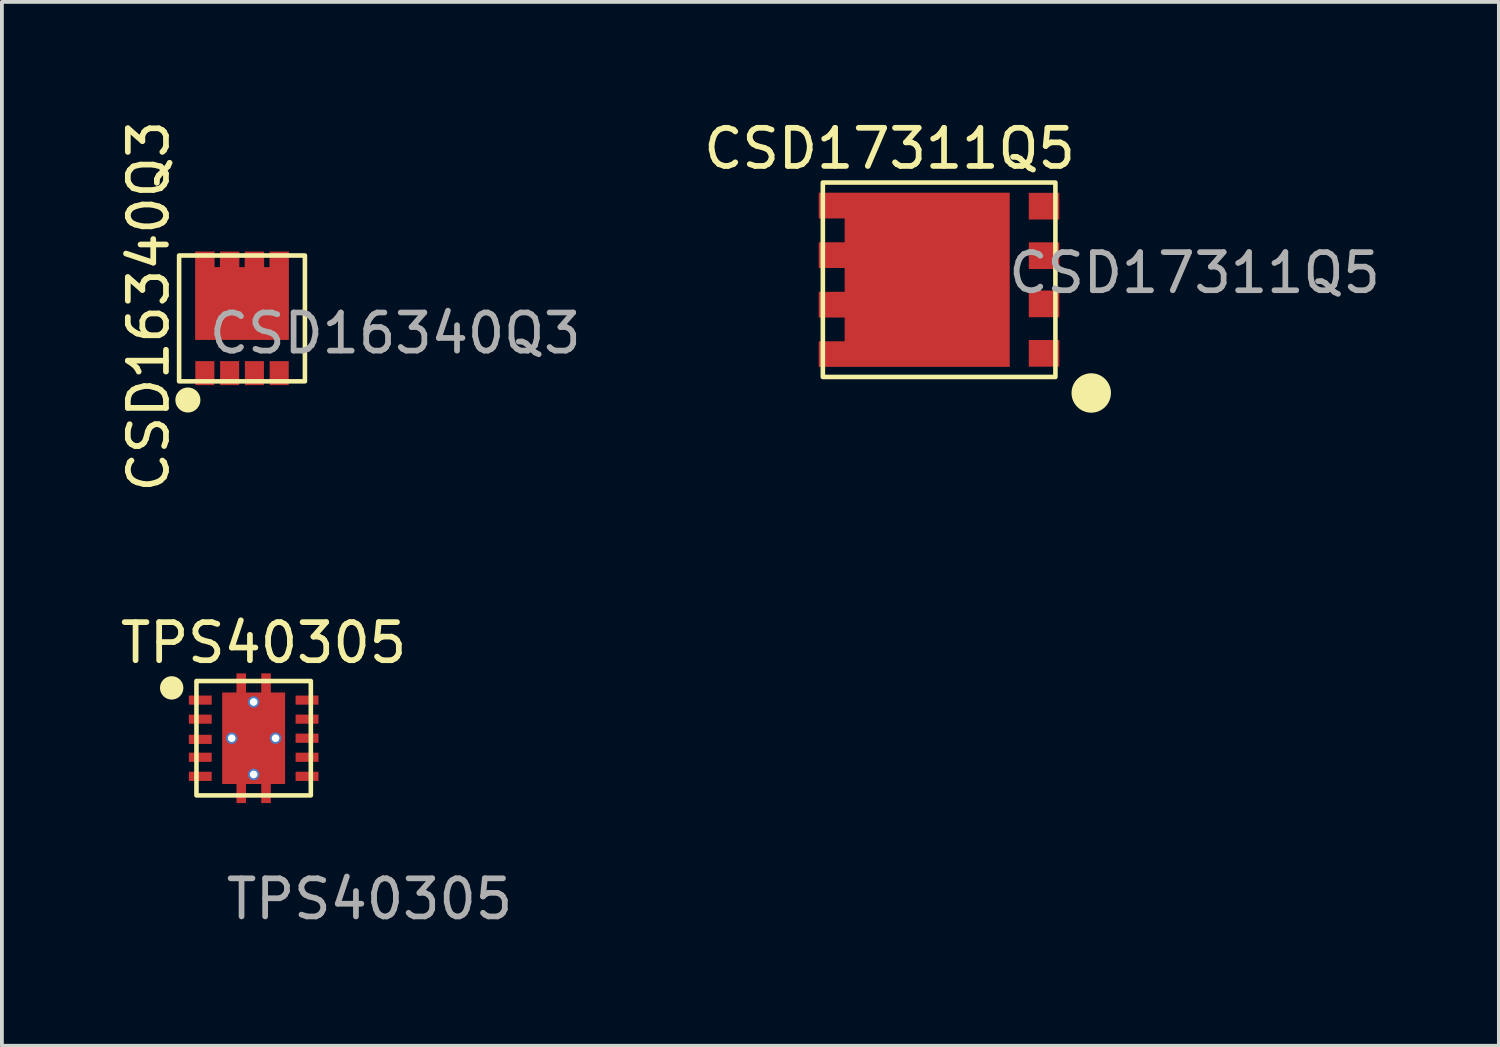
<source format=kicad_pcb>
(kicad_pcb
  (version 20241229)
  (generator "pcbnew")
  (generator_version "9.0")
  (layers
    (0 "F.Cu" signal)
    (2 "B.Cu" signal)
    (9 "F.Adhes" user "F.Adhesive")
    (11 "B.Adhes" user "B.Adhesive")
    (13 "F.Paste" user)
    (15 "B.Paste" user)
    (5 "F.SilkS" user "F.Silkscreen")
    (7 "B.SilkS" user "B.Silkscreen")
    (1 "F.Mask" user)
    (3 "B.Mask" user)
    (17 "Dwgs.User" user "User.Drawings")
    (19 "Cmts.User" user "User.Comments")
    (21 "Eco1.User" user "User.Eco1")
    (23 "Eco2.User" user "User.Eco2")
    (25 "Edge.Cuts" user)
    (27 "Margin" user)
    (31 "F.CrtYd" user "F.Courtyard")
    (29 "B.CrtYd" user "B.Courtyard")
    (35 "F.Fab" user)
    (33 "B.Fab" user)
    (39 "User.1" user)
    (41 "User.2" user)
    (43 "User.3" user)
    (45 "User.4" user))
  (footprint "TPS40305"
    (layer "F.Cu")
    (at 3.603 16.313)
    (property "Reference" "TPS40305" (at 0.26 -2.5 0) (unlocked yes) (layer "F.SilkS") (effects (font (size 1 1) (thickness 0.15))))
    (attr smd)
    (fp_rect (start -1.5 -1.5) (end 1.5 1.5) (stroke (width 0.12) (type solid)) (fill no) (layer "F.SilkS"))
    (fp_circle (center -2.15 -1.32) (end -1.903 -1.32) (stroke (width 0.12) (type solid)) (fill yes) (layer "F.SilkS"))
    (fp_poly (pts (xy -0.2 -1.33) (xy -0.45 -1.33) (xy -0.45 -1.7) (xy -0.2 -1.7)) (stroke (width 0.001) (type solid)) (fill yes) (layer "F.Paste"))
    (fp_poly (pts (xy -0.2 1.7) (xy -0.45 1.7) (xy -0.45 1.33) (xy -0.2 1.33)) (stroke (width 0.001) (type solid)) (fill yes) (layer "F.Paste"))
    (fp_poly (pts (xy 0.45 -1.33) (xy 0.2 -1.33) (xy 0.2 -1.7) (xy 0.45 -1.7)) (stroke (width 0.001) (type solid)) (fill yes) (layer "F.Paste"))
    (fp_poly (pts (xy 0.45 1.7) (xy 0.2 1.7) (xy 0.2 1.33) (xy 0.45 1.33)) (stroke (width 0.001) (type solid)) (fill yes) (layer "F.Paste"))
    (fp_poly (pts (xy 0.71 -0.1) (xy -0.74 -0.1) (xy -0.74 -1.11) (xy 0.71 -1.11)) (stroke (width 0.001) (type solid)) (fill yes) (layer "F.Paste"))
    (fp_poly (pts (xy 0.71 1.12) (xy -0.74 1.12) (xy -0.74 0.11) (xy 0.71 0.11)) (stroke (width 0.001) (type solid)) (fill yes) (layer "F.Paste"))
    (fp_text user "${REFERENCE}" (at 3.04 4.22 0) (unlocked yes) (layer "F.Fab") (effects (font (size 1 1) (thickness 0.15))))
    (pad "1" smd roundrect (at -1.4 -1) (size 0.6 0.24) (layers "F.Cu" "F.Mask" "F.Paste") (roundrect_rratio 0.033))
    (pad "2" smd roundrect (at -1.4 -0.5) (size 0.6 0.24) (layers "F.Cu" "F.Mask" "F.Paste") (roundrect_rratio 0.033))
    (pad "3" smd roundrect (at -1.4 0.03) (size 0.6 0.24) (layers "F.Cu" "F.Mask" "F.Paste") (roundrect_rratio 0.033))
    (pad "4" smd roundrect (at -1.4 0.5) (size 0.6 0.24) (layers "F.Cu" "F.Mask" "F.Paste") (roundrect_rratio 0.033))
    (pad "5" smd roundrect (at -1.4 1) (size 0.6 0.24) (layers "F.Cu" "F.Mask" "F.Paste") (roundrect_rratio 0.033))
    (pad "6" smd roundrect (at 1.4 1) (size 0.6 0.24) (layers "F.Cu" "F.Mask" "F.Paste") (roundrect_rratio 0.033))
    (pad "7" smd roundrect (at 1.4 0.5) (size 0.6 0.24) (layers "F.Cu" "F.Mask" "F.Paste") (roundrect_rratio 0.033))
    (pad "8" smd roundrect (at 1.4 0) (size 0.6 0.24) (layers "F.Cu" "F.Mask" "F.Paste") (roundrect_rratio 0.033))
    (pad "9" smd roundrect (at 1.4 -0.5) (size 0.6 0.24) (layers "F.Cu" "F.Mask" "F.Paste") (roundrect_rratio 0.033))
    (pad "10" smd roundrect (at 1.4 -1) (size 0.6 0.24) (layers "F.Cu" "F.Mask" "F.Paste") (roundrect_rratio 0.033))
    (pad "11" thru_hole circle (at -0.575 0) (size 0.3 0.3) (drill 0.2) (layers "*.Cu" "*.Mask"))
    (pad "11" thru_hole circle (at 0 -0.95) (size 0.3 0.3) (drill 0.2) (layers "*.Cu" "*.Mask"))
    (pad "11" smd custom (at 0 0) (size 0.6 0.24) (layers "F.Cu" "F.Mask") (options (anchor rect)) (primitives (gr_poly (pts (xy -0.825 0) (xy -0.825 -1.2) (xy -0.45 -1.2) (xy -0.45 -1.7) (xy -0.2 -1.7) (xy -0.2 -1.2) (xy 0.2 -1.2) (xy 0.2 -1.7) (xy 0.45 -1.7) (xy 0.45 -1.2) (xy 0.825 -1.2) (xy 0.825 1.2) (xy 0.45 1.2) (xy 0.45 1.7) (xy 0.2 1.7) (xy 0.2 1.2) (xy -0.2 1.2) (xy -0.2 1.7) (xy -0.45 1.7) (xy -0.45 1.2) (xy -0.825 1.2)) (width 0.001) (fill yes))))
    (pad "11" thru_hole circle (at 0 0.95) (size 0.3 0.3) (drill 0.2) (layers "*.Cu" "*.Mask"))
    (pad "11" thru_hole circle (at 0.575 0) (size 0.3 0.3) (drill 0.2) (layers "*.Cu" "*.Mask")))
  (footprint "CSD16340Q3"
    (layer "F.Cu")
    (at 3.298 5.302)
    (property "Reference" "CSD16340Q3" (at -2.45 -0.32 90) (unlocked yes) (layer "F.SilkS") (effects (font (size 1 1) (thickness 0.15))))
    (attr smd)
    (fp_rect (start -1.65 -1.65) (end 1.65 1.65) (stroke (width 0.12) (type solid)) (fill no) (layer "F.SilkS"))
    (fp_circle (center -1.42 2.14) (end -1.151 2.14) (stroke (width 0.12) (type solid)) (fill yes) (layer "F.SilkS"))
    (fp_poly (pts (xy -0.81 -1.24) (xy -1.15 -1.24) (xy -1.15 -1.68) (xy -0.81 -1.68)) (stroke (width 0.001) (type solid)) (fill yes) (layer "F.Paste"))
    (fp_poly (pts (xy -0.16 -1.23) (xy -0.5 -1.23) (xy -0.5 -1.67) (xy -0.16 -1.67)) (stroke (width 0.001) (type solid)) (fill yes) (layer "F.Paste"))
    (fp_poly (pts (xy -0.1 0.38) (xy -1.11 0.38) (xy -1.11 -1.06) (xy -0.1 -1.06)) (stroke (width 0.001) (type solid)) (fill yes) (layer "F.Paste"))
    (fp_poly (pts (xy 0.5 -1.23) (xy 0.16 -1.23) (xy 0.16 -1.67) (xy 0.5 -1.67)) (stroke (width 0.001) (type solid)) (fill yes) (layer "F.Paste"))
    (fp_poly (pts (xy 1.12 0.37) (xy 0.11 0.37) (xy 0.11 -1.07) (xy 1.12 -1.07)) (stroke (width 0.001) (type solid)) (fill yes) (layer "F.Paste"))
    (fp_poly (pts (xy 1.15 -1.23) (xy 0.81 -1.23) (xy 0.81 -1.67) (xy 1.15 -1.67)) (stroke (width 0.001) (type solid)) (fill yes) (layer "F.Paste"))
    (fp_text user "${REFERENCE}" (at 4.02 0.39 0) (unlocked yes) (layer "F.Fab") (effects (font (size 1 1) (thickness 0.15))))
    (pad "1" smd rect (at -0.975 1.435 90) (size 0.63 0.5) (layers "F.Cu" "F.Mask" "F.Paste"))
    (pad "2" smd rect (at -0.325 1.435 90) (size 0.63 0.5) (layers "F.Cu" "F.Mask" "F.Paste"))
    (pad "3" smd rect (at 0.325 1.435 90) (size 0.63 0.5) (layers "F.Cu" "F.Mask" "F.Paste"))
    (pad "4" smd rect (at 0.975 1.435 90) (size 0.63 0.5) (layers "F.Cu" "F.Mask" "F.Paste"))
    (pad "5" smd custom (at -1.225 0.56) (size 0.001 0.001) (layers "F.Cu" "F.Mask") (options (anchor rect)) (primitives (gr_poly (pts (xy 0 0) (xy 0 -2.31) (xy 0.5 -2.31) (xy 0.5 -1.9) (xy 0.65 -1.9) (xy 0.65 -2.31) (xy 1.15 -2.31) (xy 1.15 -1.9) (xy 1.3 -1.9) (xy 1.3 -2.31) (xy 1.8 -2.31) (xy 1.8 -1.9) (xy 1.95 -1.9) (xy 1.95 -2.31) (xy 2.45 -2.31) (xy 2.45 0)) (width 0.01) (fill yes)))))
  (footprint "CSD17311Q5"
    (layer "F.Cu")
    (at 21.583 4.288)
    (property "Reference" "CSD17311Q5" (at -1.3 -3.44 0) (unlocked yes) (layer "F.SilkS") (effects (font (size 1 1) (thickness 0.15))))
    (attr smd)
    (fp_rect (start -3.05 -2.55) (end 3.05 2.55) (stroke (width 0.12) (type solid)) (fill no) (layer "F.SilkS"))
    (fp_circle (center 3.99 2.97) (end 4.447 2.97) (stroke (width 0.12) (type solid)) (fill yes) (layer "F.SilkS"))
    (fp_poly (pts (xy -2.53 -0.38) (xy -3.09 -0.38) (xy -3.09 -0.91) (xy -2.52 -0.91)) (stroke (width 0.01) (type solid)) (fill yes) (layer "F.Paste"))
    (fp_poly (pts (xy -2.53 0.92) (xy -3.09 0.92) (xy -3.09 0.39) (xy -2.52 0.39)) (stroke (width 0.01) (type solid)) (fill yes) (layer "F.Paste"))
    (fp_poly (pts (xy -2.51 -1.67) (xy -3.07 -1.67) (xy -3.07 -2.2) (xy -2.5 -2.2)) (stroke (width 0.01) (type solid)) (fill yes) (layer "F.Paste"))
    (fp_poly (pts (xy -2.51 2.22) (xy -3.07 2.22) (xy -3.07 1.69) (xy -2.5 1.69)) (stroke (width 0.01) (type solid)) (fill yes) (layer "F.Paste"))
    (fp_poly (pts (xy 1.68 2.08) (xy -2.3 2.08) (xy -2.3 0.16) (xy 1.68 0.16)) (stroke (width 0.01) (type solid)) (fill yes) (layer "F.Paste"))
    (fp_poly (pts (xy 1.69 -0.2) (xy -2.29 -0.2) (xy -2.29 -2.12) (xy 1.69 -2.12)) (stroke (width 0.01) (type solid)) (fill yes) (layer "F.Paste"))
    (fp_text user "${REFERENCE}" (at 6.7 -0.18 0) (unlocked yes) (layer "F.Fab") (effects (font (size 1 1) (thickness 0.15))))
    (pad "1" smd rect (at 2.752 1.93 90) (size 0.7 0.8) (layers "F.Cu" "F.Mask" "F.Paste"))
    (pad "2" smd rect (at 2.752 0.632 90) (size 0.7 0.8) (layers "F.Cu" "F.Mask" "F.Paste"))
    (pad "3" smd rect (at 2.752 -0.632 270) (size 0.7 0.8) (layers "F.Cu" "F.Mask" "F.Paste"))
    (pad "4" smd rect (at 2.752 -1.93 90) (size 0.7 0.8) (layers "F.Cu" "F.Mask" "F.Paste"))
    (pad "5" smd custom (at 1.847 -2.28) (size 0.01 0.01) (layers "F.Cu" "F.Mask") (options (anchor rect)) (primitives (gr_poly (pts (xy 0 0) (xy 0 4.56) (xy -5 4.56) (xy -5 3.898) (xy -4.32 3.898) (xy -4.32 3.265) (xy -5 3.265) (xy -5 2.6) (xy -4.32 2.6) (xy -4.32 1.966) (xy -5 1.966) (xy -5 1.301) (xy -4.32 1.301) (xy -4.32 0.668) (xy -5 0.668) (xy -5 0)) (width 0.01) (fill yes)))))
  (gr_rect
    (start -3 -3)
    (end 36.265 24.381)
    (stroke (width 0.1) (type default))
    (fill no)
    (layer "Edge.Cuts")))
</source>
